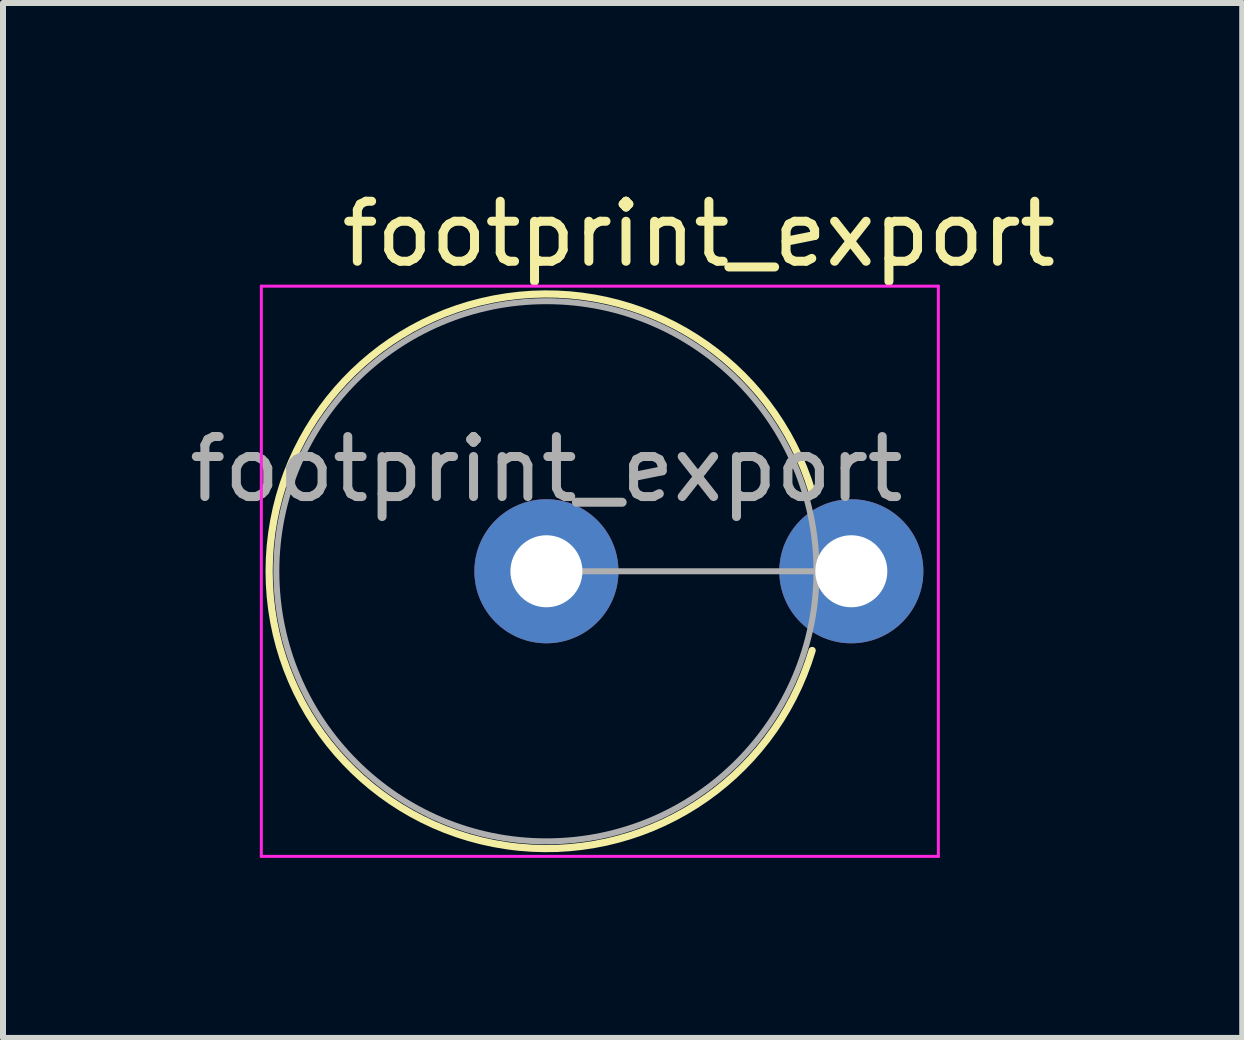
<source format=kicad_pcb>
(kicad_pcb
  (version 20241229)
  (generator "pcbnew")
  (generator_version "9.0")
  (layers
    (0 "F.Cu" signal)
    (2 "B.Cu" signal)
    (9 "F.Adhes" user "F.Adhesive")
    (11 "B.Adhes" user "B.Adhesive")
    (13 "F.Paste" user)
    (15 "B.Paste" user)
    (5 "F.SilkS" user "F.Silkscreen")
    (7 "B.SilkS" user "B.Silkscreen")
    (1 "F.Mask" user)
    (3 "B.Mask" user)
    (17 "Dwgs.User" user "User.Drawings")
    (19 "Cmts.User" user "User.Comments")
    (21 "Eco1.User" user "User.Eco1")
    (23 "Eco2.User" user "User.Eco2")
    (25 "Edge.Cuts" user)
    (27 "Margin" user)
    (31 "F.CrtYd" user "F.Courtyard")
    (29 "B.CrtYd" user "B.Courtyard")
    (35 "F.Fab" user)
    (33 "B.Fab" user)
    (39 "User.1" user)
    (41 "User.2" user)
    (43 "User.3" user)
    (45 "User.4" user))
  (footprint "footprint_export"
    (layer "F.Cu")
    (at 6.054 6.468)
    (property "Reference" "footprint_export" (at 2.54 -5.62 0) (layer "F.SilkS") (effects (font (size 1 1) (thickness 0.15))))
    (attr through_hole)
    (fp_arc (start 4.427415 1.32) (mid -4.62 0) (end 4.427415 -1.32) (stroke (width 0.12) (type solid)) (layer "F.SilkS"))
    (fp_line (start -4.75 -4.75) (end -4.75 4.75) (stroke (width 0.05) (type solid)) (layer "F.CrtYd"))
    (fp_line (start -4.75 4.75) (end 6.53 4.75) (stroke (width 0.05) (type solid)) (layer "F.CrtYd"))
    (fp_line (start 6.53 -4.75) (end -4.75 -4.75) (stroke (width 0.05) (type solid)) (layer "F.CrtYd"))
    (fp_line (start 6.53 4.75) (end 6.53 -4.75) (stroke (width 0.05) (type solid)) (layer "F.CrtYd"))
    (fp_line (start 0 0) (end 5.08 0) (stroke (width 0.1) (type solid)) (layer "F.Fab"))
    (fp_circle (center 0 0) (end 4.5 0) (stroke (width 0.1) (type solid)) (fill no) (layer "F.Fab"))
    (fp_text user "${REFERENCE}" (at 0 -1.7 0) (layer "F.Fab") (effects (font (size 1 1) (thickness 0.15))))
    (pad "1" thru_hole circle (at 0 0) (size 2.4 2.4) (drill 1.2) (layers "*.Cu" "*.Mask"))
    (pad "2" thru_hole oval (at 5.08 0) (size 2.4 2.4) (drill 1.2) (layers "*.Cu" "*.Mask")))
  (gr_rect
    (start -3 -3)
    (end 17.647 14.243)
    (stroke (width 0.1) (type default))
    (fill no)
    (layer "Edge.Cuts")))
</source>
